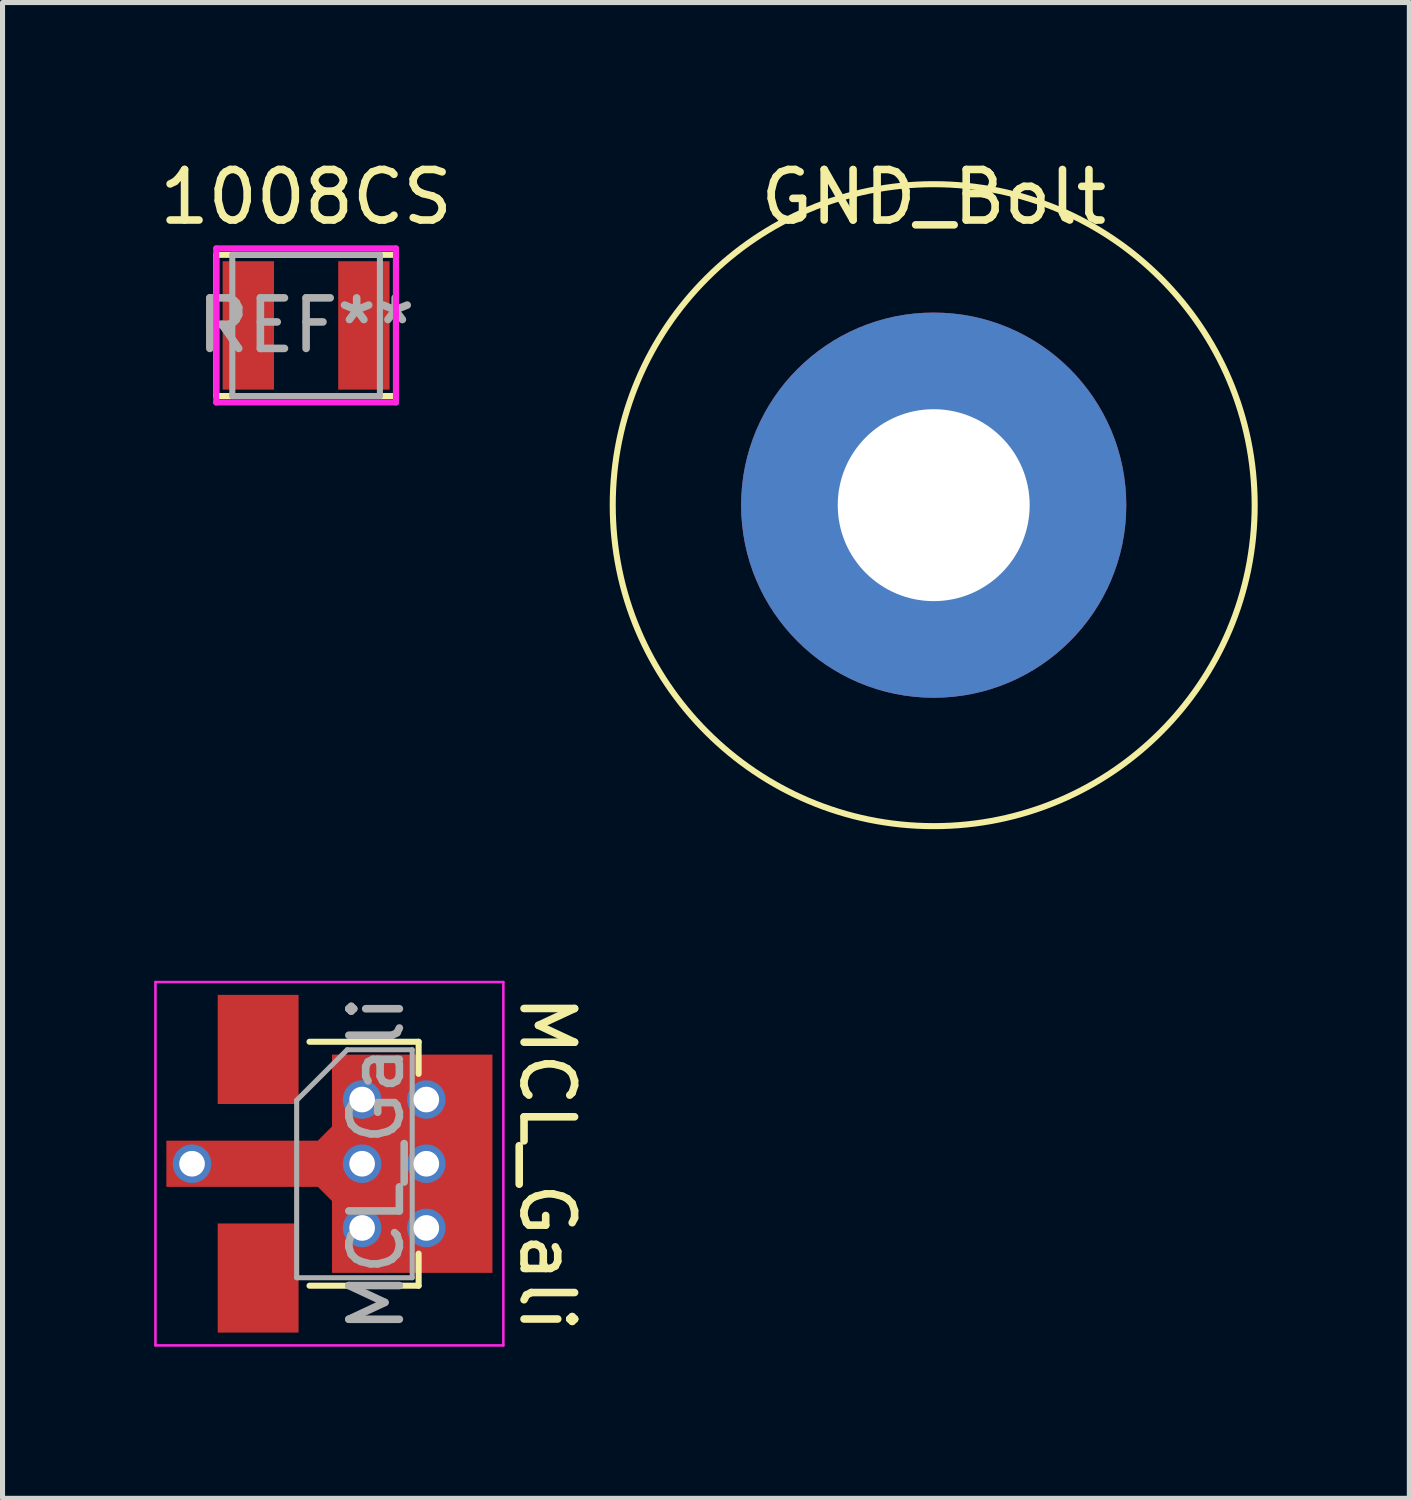
<source format=kicad_pcb>
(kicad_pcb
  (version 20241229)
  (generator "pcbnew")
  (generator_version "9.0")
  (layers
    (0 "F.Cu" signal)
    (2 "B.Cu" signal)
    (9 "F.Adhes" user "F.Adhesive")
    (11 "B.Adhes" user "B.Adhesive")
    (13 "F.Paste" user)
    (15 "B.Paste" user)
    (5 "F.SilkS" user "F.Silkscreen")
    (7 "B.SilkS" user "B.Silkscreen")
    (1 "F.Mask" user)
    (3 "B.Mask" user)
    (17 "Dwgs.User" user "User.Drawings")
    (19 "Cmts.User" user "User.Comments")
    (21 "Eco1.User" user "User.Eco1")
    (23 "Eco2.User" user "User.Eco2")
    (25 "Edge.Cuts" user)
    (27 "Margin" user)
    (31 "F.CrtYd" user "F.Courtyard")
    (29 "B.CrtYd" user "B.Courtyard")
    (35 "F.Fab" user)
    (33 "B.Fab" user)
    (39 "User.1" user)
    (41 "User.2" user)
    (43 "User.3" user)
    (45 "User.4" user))
  (footprint "1008CS"
    (layer "F.Cu")
    (at 3.006 3.388)
    (property "Reference" "1008CS" (at 0 -2.54 0) (layer "F.SilkS") (effects (font (size 1 1) (thickness 0.15))))
    (attr through_hole)
    (fp_line (start -1.778 -1.397) (end -1.778 1.397) (stroke (width 0.12) (type solid)) (layer "F.SilkS"))
    (fp_line (start -1.778 -1.397) (end 1.778 -1.397) (stroke (width 0.12) (type solid)) (layer "F.SilkS"))
    (fp_line (start -1.778 1.397) (end 1.778 1.397) (stroke (width 0.12) (type solid)) (layer "F.SilkS"))
    (fp_line (start 1.778 -1.397) (end 1.778 1.397) (stroke (width 0.12) (type solid)) (layer "F.SilkS"))
    (fp_line (start -1.778 -1.524) (end 1.778 -1.524) (stroke (width 0.12) (type solid)) (layer "F.CrtYd"))
    (fp_line (start -1.778 1.524) (end -1.778 -1.524) (stroke (width 0.12) (type solid)) (layer "F.CrtYd"))
    (fp_line (start 1.778 -1.524) (end 1.778 1.524) (stroke (width 0.12) (type solid)) (layer "F.CrtYd"))
    (fp_line (start 1.778 1.524) (end -1.778 1.524) (stroke (width 0.12) (type solid)) (layer "F.CrtYd"))
    (fp_line (start -1.46 -1.397) (end -1.46 1.397) (stroke (width 0.12) (type solid)) (layer "F.Fab"))
    (fp_line (start -1.46 -1.397) (end 1.46 -1.397) (stroke (width 0.12) (type solid)) (layer "F.Fab"))
    (fp_line (start -1.46 1.397) (end 1.46 1.397) (stroke (width 0.12) (type solid)) (layer "F.Fab"))
    (fp_line (start 1.46 -1.397) (end 1.46 1.397) (stroke (width 0.12) (type solid)) (layer "F.Fab"))
    (fp_text user "REF**" (at 0 0 0) (layer "F.Fab") (effects (font (size 1 1) (thickness 0.15))))
    (pad "1" smd rect (at -1.143 0) (size 1.016 2.54) (layers "F.Cu" "F.Mask" "F.Paste"))
    (pad "2" smd rect (at 1.143 0) (size 1.016 2.54) (layers "F.Cu" "F.Mask" "F.Paste")))
  (footprint "GND_Bolt"
    (layer "F.Cu")
    (at 15.422 6.944)
    (property "Reference" "GND_Bolt" (at 0 -6.096 0) (layer "F.SilkS") (effects (font (size 1 1) (thickness 0.15))))
    (attr through_hole)
    (fp_circle (center 0 0) (end 6.35 0) (stroke (width 0.12) (type solid)) (fill no) (layer "F.SilkS"))
    (pad "1" thru_hole circle (at 0 0) (size 7.62 7.62) (drill 3.797) (layers "*.Cu" "*.Mask")))
  (footprint "MCL_Gali"
    (layer "F.Cu")
    (at 3.835 19.973)
    (property "Reference" "MCL_Gali" (at 3.937 0 270) (unlocked yes) (layer "F.SilkS") (effects (font (size 1 1) (thickness 0.15))))
    (attr smd)
    (fp_line (start 1.397 -2.413) (end -0.762 -2.413) (stroke (width 0.12) (type solid)) (layer "F.SilkS"))
    (fp_line (start 1.397 -2.413) (end 1.397 -1.778) (stroke (width 0.12) (type solid)) (layer "F.SilkS"))
    (fp_line (start 1.397 1.778) (end 1.397 2.413) (stroke (width 0.12) (type solid)) (layer "F.SilkS"))
    (fp_line (start 1.397 2.413) (end -0.762 2.413) (stroke (width 0.12) (type solid)) (layer "F.SilkS"))
    (fp_line (start -3.81 -3.594) (end -3.81 3.594) (stroke (width 0.05) (type solid)) (layer "F.CrtYd"))
    (fp_line (start -3.81 -3.594) (end 3.073 -3.594) (stroke (width 0.05) (type solid)) (layer "F.CrtYd"))
    (fp_line (start 3.073 3.594) (end -3.81 3.594) (stroke (width 0.05) (type solid)) (layer "F.CrtYd"))
    (fp_line (start 3.073 3.594) (end 3.073 -3.594) (stroke (width 0.05) (type solid)) (layer "F.CrtYd"))
    (fp_line (start -1.016 -1.255) (end -0.016 -2.255) (stroke (width 0.1) (type solid)) (layer "F.Fab"))
    (fp_line (start -1.016 2.255) (end -1.016 -1.255) (stroke (width 0.1) (type solid)) (layer "F.Fab"))
    (fp_line (start -0.016 -2.255) (end 1.27 -2.255) (stroke (width 0.1) (type solid)) (layer "F.Fab"))
    (fp_line (start 1.27 -2.255) (end 1.27 2.255) (stroke (width 0.1) (type solid)) (layer "F.Fab"))
    (fp_line (start 1.27 2.255) (end -1.016 2.255) (stroke (width 0.1) (type solid)) (layer "F.Fab"))
    (fp_text user "${REFERENCE}" (at 0.561 0.005 90) (layer "F.Fab") (effects (font (size 1 1) (thickness 0.15))))
    (pad "1" smd rect (at -1.778 -2.261) (size 1.6 2.159) (layers "F.Cu" "F.Mask" "F.Paste"))
    (pad "2" thru_hole circle (at -3.086 0 270) (size 0.762 0.762) (drill 0.508) (layers "*.Cu" "*.Mask"))
    (pad "2" smd custom (at -1.778 0 270) (size 0.914 1.6) (layers "F.Cu" "F.Mask" "F.Paste") (options (anchor rect)) (primitives (gr_poly (pts (xy 0.457 -0.8) (xy 0.457 -1.181) (xy 0.953 -1.676) (xy 0.953 -4.102) (xy 0.457 -4.597) (xy -0.457 -4.597) (xy -0.953 -4.102) (xy -0.953 -1.676) (xy -0.457 -1.181) (xy -0.457 -0.8)) (width 0) (fill yes)) (gr_poly (pts (xy 0.457 0.8) (xy 0.457 1.816) (xy -0.457 1.816) (xy -0.457 0.8)) (width 0) (fill yes))))
    (pad "2" thru_hole circle (at 0.279 -1.27 90) (size 0.762 0.762) (drill 0.508) (layers "*.Cu" "*.Mask"))
    (pad "2" thru_hole circle (at 0.279 0 270) (size 0.762 0.762) (drill 0.508) (layers "*.Cu" "*.Mask"))
    (pad "2" thru_hole circle (at 0.279 1.27 270) (size 0.762 0.762) (drill 0.508) (layers "*.Cu" "*.Mask"))
    (pad "2" smd rect (at 1.27 0 270) (size 4.318 3.175) (layers "F.Cu"))
    (pad "2" thru_hole circle (at 1.549 -1.27 270) (size 0.762 0.762) (drill 0.508) (layers "*.Cu" "*.Mask"))
    (pad "2" thru_hole circle (at 1.549 0 270) (size 0.762 0.762) (drill 0.508) (layers "*.Cu" "*.Mask"))
    (pad "2" thru_hole circle (at 1.549 1.27 270) (size 0.762 0.762) (drill 0.508) (layers "*.Cu" "*.Mask"))
    (pad "3" smd rect (at -1.778 2.261) (size 1.6 2.159) (layers "F.Cu" "F.Mask" "F.Paste")))
  (gr_rect
    (start -3 -3)
    (end 24.832 26.592)
    (stroke (width 0.1) (type default))
    (fill no)
    (layer "Edge.Cuts")))
</source>
